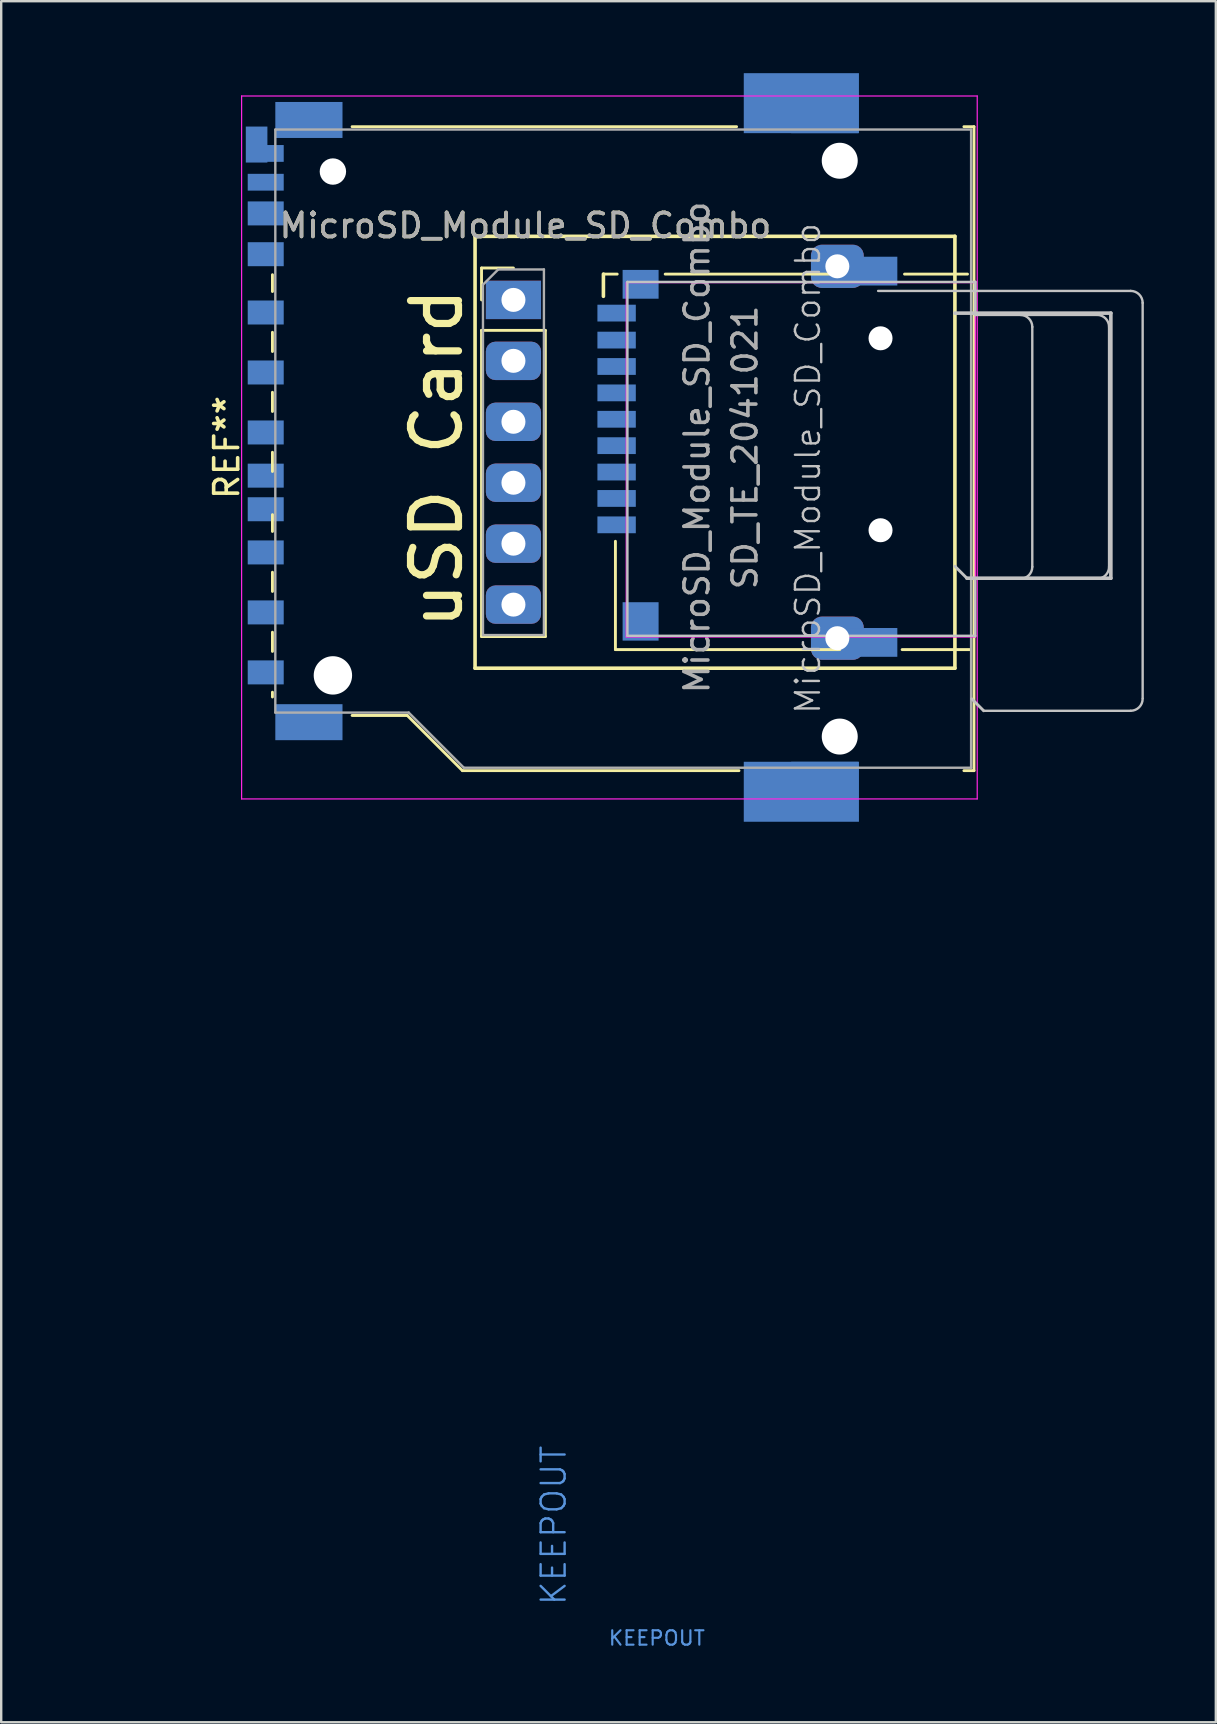
<source format=kicad_pcb>
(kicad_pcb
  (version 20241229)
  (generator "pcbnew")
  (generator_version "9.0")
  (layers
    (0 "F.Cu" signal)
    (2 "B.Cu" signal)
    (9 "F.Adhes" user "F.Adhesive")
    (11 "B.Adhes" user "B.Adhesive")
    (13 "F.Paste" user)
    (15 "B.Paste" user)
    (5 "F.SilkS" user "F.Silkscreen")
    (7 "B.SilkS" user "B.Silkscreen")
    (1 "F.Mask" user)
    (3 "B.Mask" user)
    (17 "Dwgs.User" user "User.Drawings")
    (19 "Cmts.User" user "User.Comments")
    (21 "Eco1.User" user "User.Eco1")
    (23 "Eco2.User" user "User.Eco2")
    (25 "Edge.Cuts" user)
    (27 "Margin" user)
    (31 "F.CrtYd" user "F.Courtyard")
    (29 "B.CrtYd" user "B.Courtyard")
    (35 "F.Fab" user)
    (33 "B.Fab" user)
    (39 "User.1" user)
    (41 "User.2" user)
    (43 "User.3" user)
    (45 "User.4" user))
  (footprint "MicroSD_Module_SD_Combo"
    (layer "F.Cu")
    (at 0.25 18.35)
    (property "Reference" "MicroSD_Module_SD_Combo" (at 18.6 -12 0) (layer "F.SilkS") (effects (font (size 1 1) (thickness 0.15))))
    (attr through_hole)
    (fp_line (start 8.055 -9.95) (end 8.055 -9.25) (stroke (width 0.12) (type solid)) (layer "F.SilkS"))
    (fp_line (start 8.055 -7.55) (end 8.055 -6.75) (stroke (width 0.12) (type solid)) (layer "F.SilkS"))
    (fp_line (start 8.055 -5.05) (end 8.055 -4.25) (stroke (width 0.12) (type solid)) (layer "F.SilkS"))
    (fp_line (start 8.055 -2.55) (end 8.055 -1.75) (stroke (width 0.12) (type solid)) (layer "F.SilkS"))
    (fp_line (start 8.055 0.05) (end 8.055 0.75) (stroke (width 0.12) (type solid)) (layer "F.SilkS"))
    (fp_line (start 8.055 2.45) (end 8.055 3.25) (stroke (width 0.12) (type solid)) (layer "F.SilkS"))
    (fp_line (start 8.055 4.95) (end 8.055 5.75) (stroke (width 0.12) (type solid)) (layer "F.SilkS"))
    (fp_line (start 8.055 7.45) (end 8.055 7.65) (stroke (width 0.12) (type solid)) (layer "F.SilkS"))
    (fp_line (start 11.375 -16.12) (end 27.4 -16.12) (stroke (width 0.12) (type solid)) (layer "F.SilkS"))
    (fp_line (start 11.375 8.42) (end 13.675 8.42) (stroke (width 0.12) (type solid)) (layer "F.SilkS"))
    (fp_line (start 13.675 8.42) (end 15.975 10.72) (stroke (width 0.12) (type solid)) (layer "F.SilkS"))
    (fp_line (start 15.975 10.72) (end 27.5 10.72) (stroke (width 0.12) (type solid)) (layer "F.SilkS"))
    (fp_line (start 16.5 -11.55) (end 36.5 -11.55) (stroke (width 0.15) (type solid)) (layer "F.SilkS"))
    (fp_line (start 16.5 6.45) (end 16.5 -11.55) (stroke (width 0.15) (type solid)) (layer "F.SilkS"))
    (fp_line (start 16.77 -10.23) (end 18.1 -10.23) (stroke (width 0.12) (type solid)) (layer "F.SilkS"))
    (fp_line (start 16.77 -8.9) (end 16.77 -10.23) (stroke (width 0.12) (type solid)) (layer "F.SilkS"))
    (fp_line (start 16.77 -7.63) (end 16.77 5.13) (stroke (width 0.12) (type solid)) (layer "F.SilkS"))
    (fp_line (start 16.77 -7.63) (end 19.43 -7.63) (stroke (width 0.12) (type solid)) (layer "F.SilkS"))
    (fp_line (start 16.77 5.13) (end 19.43 5.13) (stroke (width 0.12) (type solid)) (layer "F.SilkS"))
    (fp_line (start 19.43 -7.63) (end 19.43 5.13) (stroke (width 0.12) (type solid)) (layer "F.SilkS"))
    (fp_line (start 21.85 -9.975) (end 21.85 -9.05) (stroke (width 0.15) (type solid)) (layer "F.SilkS"))
    (fp_line (start 21.85 -9.975) (end 22.425 -9.975) (stroke (width 0.12) (type solid)) (layer "F.SilkS"))
    (fp_line (start 22.35 1.16) (end 22.35 5.675) (stroke (width 0.12) (type solid)) (layer "F.SilkS"))
    (fp_line (start 22.35 5.675) (end 31.7 5.675) (stroke (width 0.12) (type solid)) (layer "F.SilkS"))
    (fp_line (start 24.425 -9.975) (end 31.625 -9.975) (stroke (width 0.12) (type solid)) (layer "F.SilkS"))
    (fp_line (start 34.3 5.675) (end 37.125 5.675) (stroke (width 0.12) (type solid)) (layer "F.SilkS"))
    (fp_line (start 34.4 -9.975) (end 37.025 -9.975) (stroke (width 0.12) (type solid)) (layer "F.SilkS"))
    (fp_line (start 36.5 -11.55) (end 36.5 6.45) (stroke (width 0.15) (type solid)) (layer "F.SilkS"))
    (fp_line (start 36.5 6.45) (end 16.5 6.45) (stroke (width 0.15) (type solid)) (layer "F.SilkS"))
    (fp_line (start 36.875 -16.12) (end 37.295 -16.12) (stroke (width 0.12) (type solid)) (layer "F.SilkS"))
    (fp_line (start 37.295 -16.12) (end 37.295 10.72) (stroke (width 0.12) (type solid)) (layer "F.SilkS"))
    (fp_line (start 37.295 10.72) (end 36.875 10.72) (stroke (width 0.12) (type solid)) (layer "F.SilkS"))
    (fp_line (start 22.85 5.1) (end 22.85 -9.65) (stroke (width 0.1) (type solid)) (layer "Dwgs.User"))
    (fp_line (start 33.3 -9.275) (end 43.825 -9.275) (stroke (width 0.1) (type solid)) (layer "Dwgs.User"))
    (fp_line (start 36.5 -8.35) (end 43 -8.35) (stroke (width 0.15) (type solid)) (layer "Dwgs.User"))
    (fp_line (start 37 2.7) (end 36.5 2.2) (stroke (width 0.12) (type solid)) (layer "Dwgs.User"))
    (fp_line (start 37.35 -9.65) (end 22.85 -9.65) (stroke (width 0.1) (type solid)) (layer "Dwgs.User"))
    (fp_line (start 37.35 -8.275) (end 37.35 -9.65) (stroke (width 0.12) (type solid)) (layer "Dwgs.User"))
    (fp_line (start 37.35 -8.275) (end 42.425 -8.275) (stroke (width 0.1) (type solid)) (layer "Dwgs.User"))
    (fp_line (start 37.35 2.725) (end 37.35 5.125) (stroke (width 0.1) (type solid)) (layer "Dwgs.User"))
    (fp_line (start 37.35 5.1) (end 22.85 5.1) (stroke (width 0.1) (type solid)) (layer "Dwgs.User"))
    (fp_line (start 37.7 8.225) (end 37.2 7.725) (stroke (width 0.12) (type solid)) (layer "Dwgs.User"))
    (fp_line (start 39.725 -7.775) (end 39.725 2.225) (stroke (width 0.1) (type solid)) (layer "Dwgs.User"))
    (fp_line (start 42.425 2.725) (end 37.35 2.725) (stroke (width 0.1) (type solid)) (layer "Dwgs.User"))
    (fp_line (start 42.925 -7.775) (end 42.925 2.225) (stroke (width 0.1) (type solid)) (layer "Dwgs.User"))
    (fp_line (start 43 -8.35) (end 43 2.7) (stroke (width 0.15) (type solid)) (layer "Dwgs.User"))
    (fp_line (start 43 2.7) (end 37 2.7) (stroke (width 0.15) (type solid)) (layer "Dwgs.User"))
    (fp_line (start 43.825 8.225) (end 37.7 8.225) (stroke (width 0.1) (type solid)) (layer "Dwgs.User"))
    (fp_line (start 44.325 -8.775) (end 44.325 7.7) (stroke (width 0.1) (type solid)) (layer "Dwgs.User"))
    (fp_arc (start 39.225 -8.275) (mid 39.578553 -8.128553) (end 39.725 -7.775) (stroke (width 0.1) (type solid)) (layer "Dwgs.User"))
    (fp_arc (start 39.725 2.225) (mid 39.578553 2.578553) (end 39.225 2.725) (stroke (width 0.1) (type solid)) (layer "Dwgs.User"))
    (fp_arc (start 42.425 -8.275) (mid 42.778553 -8.128553) (end 42.925 -7.775) (stroke (width 0.1) (type solid)) (layer "Dwgs.User"))
    (fp_arc (start 42.925 2.225) (mid 42.778553 2.578553) (end 42.425 2.725) (stroke (width 0.1) (type solid)) (layer "Dwgs.User"))
    (fp_arc (start 43.825 -9.275) (mid 44.178553 -9.128553) (end 44.325 -8.775) (stroke (width 0.1) (type solid)) (layer "Dwgs.User"))
    (fp_arc (start 44.325 7.725) (mid 44.178553 8.078553) (end 43.825 8.225) (stroke (width 0.1) (type solid)) (layer "Dwgs.User"))
    (fp_line (start 6.77 -17.4) (end 6.77 11.9) (stroke (width 0.05) (type solid)) (layer "F.CrtYd"))
    (fp_line (start 6.77 -17.4) (end 37.43 -17.4) (stroke (width 0.05) (type solid)) (layer "F.CrtYd"))
    (fp_line (start 22.8 -9.6) (end 22.8 5.15) (stroke (width 0.05) (type solid)) (layer "F.CrtYd"))
    (fp_line (start 22.8 5.15) (end 37.35 5.15) (stroke (width 0.05) (type solid)) (layer "F.CrtYd"))
    (fp_line (start 37.35 -9.62) (end 22.8 -9.62) (stroke (width 0.05) (type solid)) (layer "F.CrtYd"))
    (fp_line (start 37.35 5.15) (end 37.35 -9.62) (stroke (width 0.05) (type solid)) (layer "F.CrtYd"))
    (fp_line (start 37.43 11.9) (end 6.77 11.9) (stroke (width 0.05) (type solid)) (layer "F.CrtYd"))
    (fp_line (start 37.43 11.9) (end 37.43 -17.4) (stroke (width 0.05) (type solid)) (layer "F.CrtYd"))
    (fp_line (start 8.175 -16) (end 37.175 -16) (stroke (width 0.1) (type solid)) (layer "F.Fab"))
    (fp_line (start 8.175 8.3) (end 8.175 -16) (stroke (width 0.1) (type solid)) (layer "F.Fab"))
    (fp_line (start 13.735 8.3) (end 8.175 8.3) (stroke (width 0.1) (type solid)) (layer "F.Fab"))
    (fp_line (start 16.035 10.6) (end 13.735 8.3) (stroke (width 0.1) (type solid)) (layer "F.Fab"))
    (fp_line (start 16.83 -9.535) (end 17.465 -10.17) (stroke (width 0.1) (type solid)) (layer "F.Fab"))
    (fp_line (start 16.83 5.07) (end 16.83 -9.535) (stroke (width 0.1) (type solid)) (layer "F.Fab"))
    (fp_line (start 17.465 -10.17) (end 19.37 -10.17) (stroke (width 0.1) (type solid)) (layer "F.Fab"))
    (fp_line (start 19.37 -10.17) (end 19.37 5.07) (stroke (width 0.1) (type solid)) (layer "F.Fab"))
    (fp_line (start 19.37 5.07) (end 16.83 5.07) (stroke (width 0.1) (type solid)) (layer "F.Fab"))
    (fp_line (start 37.175 -16) (end 37.175 10.6) (stroke (width 0.1) (type solid)) (layer "F.Fab"))
    (fp_line (start 37.175 10.6) (end 16.035 10.6) (stroke (width 0.1) (type solid)) (layer "F.Fab"))
    (fp_text user "REF**" (at 6.15 -2.75 90) (layer "F.SilkS") (effects (font (size 1 1) (thickness 0.15))))
    (fp_text user "uSD Card" (at 14.9 -2.3 90) (layer "F.SilkS") (effects (font (size 2 2) (thickness 0.3))))
    (fp_text user "${REFERENCE}" (at 30.375 -1.875 90) (layer "Dwgs.User") (effects (font (size 1 1) (thickness 0.1))))
    (fp_text user "KEEPOUT" (at 24.075 46.875 180) (layer "Cmts.User") (effects (font (size 0.6 0.6) (thickness 0.09))))
    (fp_text user "KEEPOUT" (at 19.775 42.175 90) (layer "Cmts.User") (effects (font (size 1 1) (thickness 0.1))))
    (fp_text user "${REFERENCE}" (at 25.75 -2.75 90) (layer "F.Fab") (effects (font (size 1 1) (thickness 0.15))))
    (fp_text user "${REFERENCE}" (at 18.6 -12 180) (layer "F.Fab") (effects (font (size 1 1) (thickness 0.15))))
    (fp_text user "SD_TE_2041021" (at 27.75 -2.75 90) (layer "F.Fab") (effects (font (size 1 1) (thickness 0.15))))
    (pad "" np_thru_hole circle (at 10.575 -14.25 90) (size 1.1 1.1) (drill 1.1) (layers "*.Cu" "*.Mask"))
    (pad "" np_thru_hole circle (at 10.575 6.75 90) (size 1.6 1.6) (drill 1.6) (layers "*.Cu" "*.Mask"))
    (pad "" np_thru_hole circle (at 31.7 -14.7 90) (size 1.5 1.5) (drill 1.5) (layers "*.Cu" "*.Mask"))
    (pad "" np_thru_hole circle (at 31.7 9.3 90) (size 1.5 1.5) (drill 1.5) (layers "*.Cu" "*.Mask"))
    (pad "" np_thru_hole circle (at 33.4 -7.3 90) (size 1 1) (drill 1) (layers "*.Cu" "*.Mask"))
    (pad "" np_thru_hole circle (at 33.4 0.7 90) (size 1 1) (drill 1) (layers "*.Cu" "*.Mask"))
    (pad "1" smd rect (at 7.775 -8.375 90) (size 1 1.5) (layers "B.Cu" "B.Mask" "B.Paste"))
    (pad "1" smd rect (at 7.775 -1.575 90) (size 1 1.5) (layers "B.Cu" "B.Mask" "B.Paste"))
    (pad "1" thru_hole rect (at 18.1 -8.9) (size 2.3 1.6) (drill 1) (layers "*.Cu" "*.Mask"))
    (pad "1" smd rect (at 22.4 -5.025 90) (size 0.7 1.6) (layers "B.Cu" "B.Mask" "B.Paste"))
    (pad "2" smd rect (at 7.775 -10.805 90) (size 1 1.5) (layers "B.Cu" "B.Mask" "B.Paste"))
    (pad "2" thru_hole roundrect (at 18.1 -6.36) (size 2.3 1.6) (drill 1) (layers "*.Cu" "*.Mask") (roundrect_rratio 0.25))
    (pad "2" smd rect (at 22.4 -6.125 90) (size 0.7 1.6) (layers "B.Cu" "B.Mask" "B.Paste"))
    (pad "3" smd rect (at 7.775 -5.875 90) (size 1 1.5) (layers "B.Cu" "B.Mask" "B.Paste"))
    (pad "3" thru_hole roundrect (at 18.1 -3.82) (size 2.3 1.6) (drill 1) (layers "*.Cu" "*.Mask") (roundrect_rratio 0.25))
    (pad "3" smd rect (at 22.4 -3.925 90) (size 0.7 1.6) (layers "B.Cu" "B.Mask" "B.Paste"))
    (pad "4" smd rect (at 7.775 1.625 90) (size 1 1.5) (layers "B.Cu" "B.Mask" "B.Paste"))
    (pad "4" thru_hole roundrect (at 18.1 -1.28) (size 2.3 1.6) (drill 1) (layers "*.Cu" "*.Mask") (roundrect_rratio 0.25))
    (pad "4" smd rect (at 22.4 -1.725 90) (size 0.7 1.6) (layers "B.Cu" "B.Mask" "B.Paste"))
    (pad "5" smd rect (at 7.775 4.125 90) (size 1 1.5) (layers "B.Cu" "B.Mask" "B.Paste"))
    (pad "5" thru_hole roundrect (at 18.1 1.26) (size 2.3 1.6) (drill 1) (layers "*.Cu" "*.Mask") (roundrect_rratio 0.25))
    (pad "5" smd rect (at 22.4 -0.625 90) (size 0.7 1.6) (layers "B.Cu" "B.Mask" "B.Paste"))
    (pad "6" smd rect (at 7.775 -3.375 90) (size 1 1.5) (layers "B.Cu" "B.Mask" "B.Paste"))
    (pad "6" thru_hole roundrect (at 18.1 3.8) (size 2.3 1.6) (drill 1) (layers "*.Cu" "*.Mask") (roundrect_rratio 0.25))
    (pad "6" smd rect (at 22.4 -2.825 90) (size 0.7 1.6) (layers "B.Cu" "B.Mask" "B.Paste"))
    (pad "7" smd rect (at 7.775 -13.805 90) (size 0.7 1.5) (layers "B.Cu" "B.Mask" "B.Paste"))
    (pad "7" smd rect (at 9.575 -16.4 90) (size 1.5 2.8) (layers "B.Cu" "B.Mask" "B.Paste"))
    (pad "7" smd rect (at 9.575 8.7 90) (size 1.5 2.8) (layers "B.Cu" "B.Mask" "B.Paste"))
    (pad "7" smd rect (at 23.4 -9.55 270) (size 1.2 1.5) (layers "B.Cu" "B.Mask" "B.Paste"))
    (pad "7" smd rect (at 23.4 4.5 90) (size 1.6 1.5) (layers "B.Cu" "B.Mask" "B.Paste"))
    (pad "7" smd rect (at 30.1 -17.1 90) (size 2.5 4.8) (layers "B.Cu" "B.Mask" "B.Paste"))
    (pad "7" smd rect (at 30.1 11.6 90) (size 2.5 4.8) (layers "B.Cu" "B.Mask" "B.Paste"))
    (pad "7" smd rect (at 31.075 -16.6 90) (size 1.5 2.8) (layers "B.Cu" "B.Mask" "B.Paste"))
    (pad "7" smd rect (at 31.075 11.1 90) (size 1.5 2.8) (layers "B.Cu" "B.Mask" "B.Paste"))
    (pad "7" thru_hole roundrect (at 31.6 -10.3) (size 2.2 1.8) (drill 1) (layers "*.Cu" "*.Mask") (roundrect_rratio 0.25))
    (pad "7" thru_hole roundrect (at 31.6 5.2) (size 2.2 1.8) (drill 1) (layers "*.Cu" "*.Mask") (roundrect_rratio 0.25))
    (pad "7" smd rect (at 33 -10.1 90) (size 1.2 2.2) (layers "B.Cu" "B.Mask" "B.Paste"))
    (pad "7" smd rect (at 33 5.375 90) (size 1.2 2.2) (layers "B.Cu" "B.Mask" "B.Paste"))
    (pad "8" smd rect (at 7.775 6.625 90) (size 1 1.5) (layers "B.Cu" "B.Mask" "B.Paste"))
    (pad "8" smd rect (at 22.4 0.475 90) (size 0.7 1.6) (layers "B.Cu" "B.Mask" "B.Paste"))
    (pad "9" smd rect (at 7.775 -12.505 90) (size 1 1.5) (layers "B.Cu" "B.Mask" "B.Paste"))
    (pad "9" smd rect (at 22.4 -7.225 90) (size 0.7 1.6) (layers "B.Cu" "B.Mask" "B.Paste"))
    (pad "10" smd rect (at 7.775 -0.175 90) (size 1 1.5) (layers "B.Cu" "B.Mask" "B.Paste"))
    (pad "10" smd rect (at 22.4 -8.35 90) (size 0.7 1.6) (layers "B.Cu" "B.Mask" "B.Paste"))
    (pad "11" smd rect (at 7.395 -15.375 180) (size 0.9 1.5) (layers "B.Cu" "B.Mask" "B.Paste"))
    (pad "11" smd rect (at 7.775 -15.005 90) (size 0.7 1.5) (layers "B.Cu" "B.Mask" "B.Paste")))
  (gr_rect
    (start -3 -3)
    (end 47.625 68.734)
    (stroke (width 0.1) (type default))
    (fill no)
    (layer "Edge.Cuts")))
</source>
